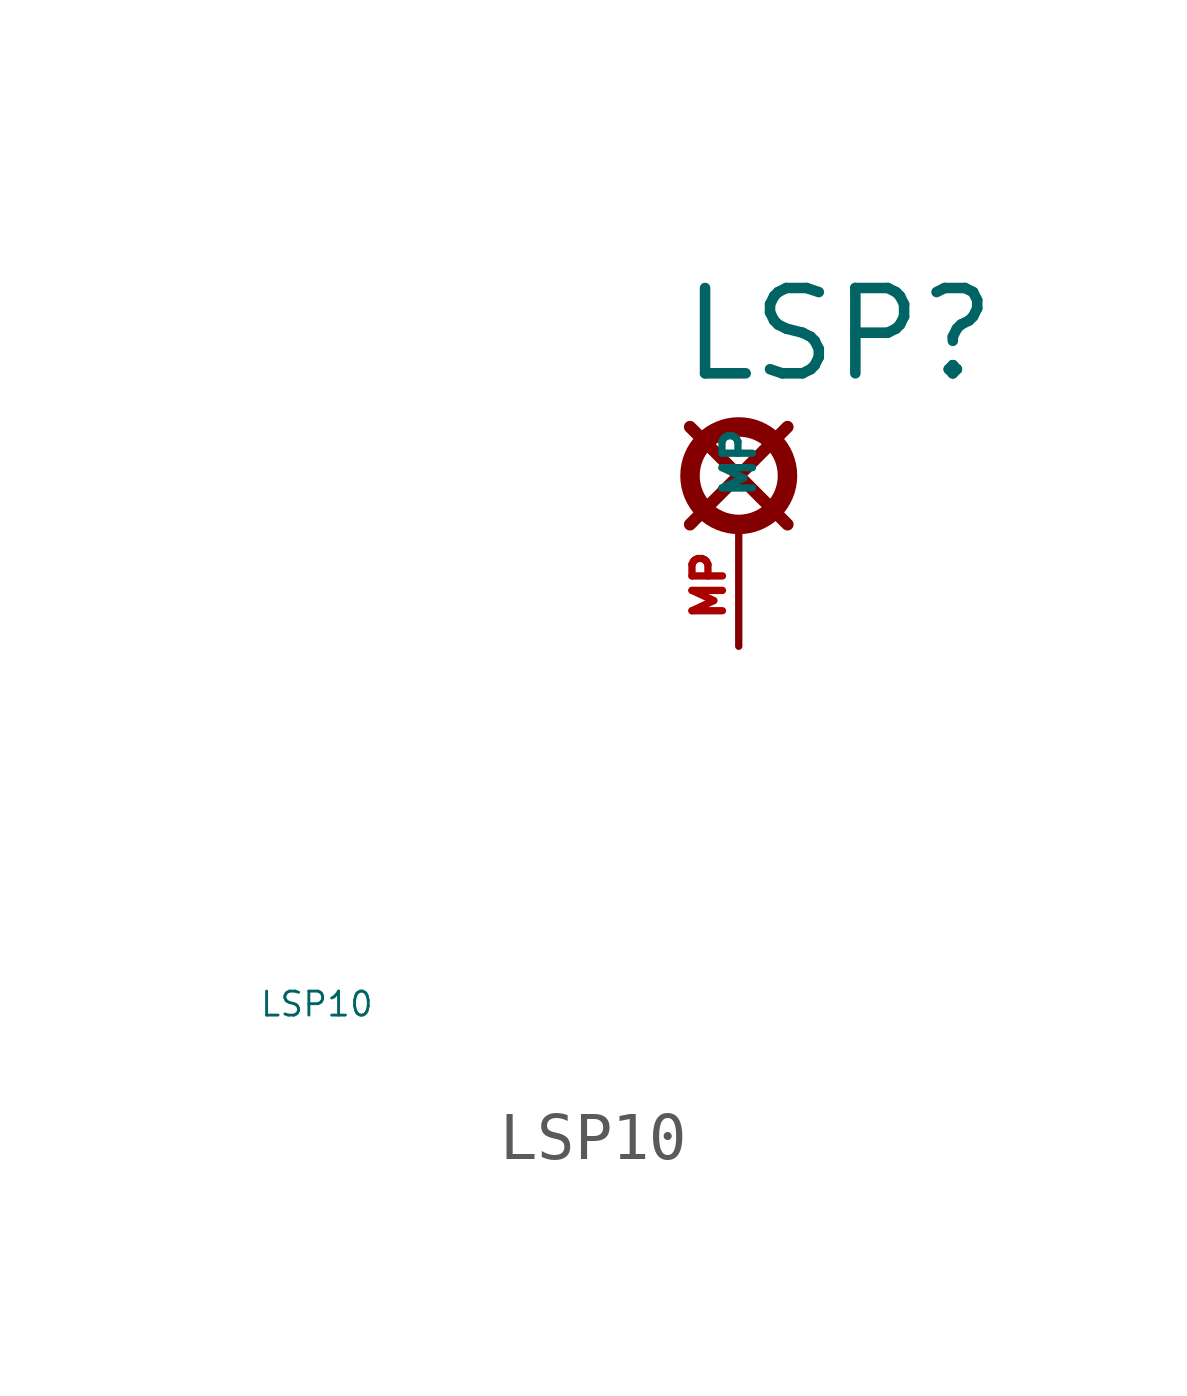
<source format=kicad_sym>
(kicad_symbol_lib
  (version 20220914)
  (generator Eagle2Kicad)
  (symbol "LSP10"
    (property "Reference" "LSP"
      (at -1.27 2.921 0)
      (effects (font (size 1.778 1.778) (thickness 0.22)) (justify left bottom)))
    (property "Value" "LSP10"
      (at -10 -10 0)
      (effects (font (size 0.5 0.5) (thickness 0.06)) (justify left)))
    (polyline
      (pts (xy -1.016 2.032) (xy 1.016 0))
      (stroke (width 0.254) (type default))
      (fill (type none)))
    (polyline
      (pts (xy -1.016 0) (xy 1.016 2.032))
      (stroke (width 0.254) (type default))
      (fill (type none)))
    (circle
      (center 0 1.016)
      (radius 1.016)
      (stroke (width 0.406) (type default))
      (fill (type none)))
    (pin passive line
      (at 0 -2.54 90)
      (length 2.54)
      (name "MP" (effects (font (size 0.635 0.635) (thickness 0.08)) (justify left bottom)))
      (number "MP" (effects (font (size 0.635 0.635) (thickness 0.08)) (justify left bottom))))))
</source>
